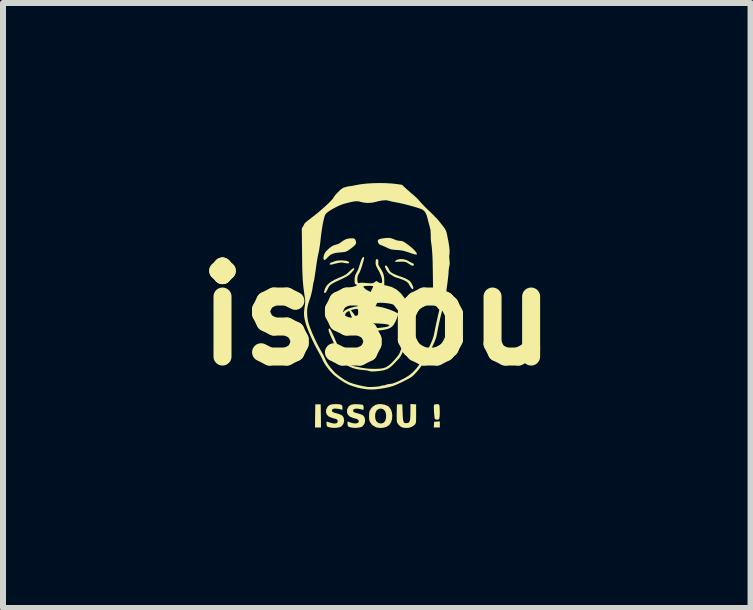
<source format=kicad_pcb>
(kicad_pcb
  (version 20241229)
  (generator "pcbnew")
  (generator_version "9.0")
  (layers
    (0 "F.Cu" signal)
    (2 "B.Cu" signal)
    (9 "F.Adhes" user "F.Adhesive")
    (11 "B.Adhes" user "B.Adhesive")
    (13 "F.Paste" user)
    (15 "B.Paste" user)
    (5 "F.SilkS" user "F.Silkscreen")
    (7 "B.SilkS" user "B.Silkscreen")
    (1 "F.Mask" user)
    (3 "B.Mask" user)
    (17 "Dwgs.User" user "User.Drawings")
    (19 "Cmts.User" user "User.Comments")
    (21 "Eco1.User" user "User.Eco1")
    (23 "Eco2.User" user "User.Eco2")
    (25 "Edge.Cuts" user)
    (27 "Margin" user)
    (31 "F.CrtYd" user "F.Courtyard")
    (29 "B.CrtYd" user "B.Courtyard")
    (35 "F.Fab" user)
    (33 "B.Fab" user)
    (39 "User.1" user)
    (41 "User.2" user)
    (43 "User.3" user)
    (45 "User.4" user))
  (footprint "issou"
    (layer "F.Cu")
    (at 3.229 2.213)
    (property "Reference" "issou" (at 0 0 0) (layer "F.SilkS") (effects (font (size 1.5 1.5) (thickness 0.3))))
    (attr board_only exclude_from_pos_files exclude_from_bom)
    (fp_poly (pts (xy -0.932 1.667) (xy -0.93 1.86) (xy -0.98 1.86) (xy -1.03 1.86) (xy -1.028 1.667) (xy -1.025 1.475) (xy -0.98 1.475) (xy -0.935 1.475)) (stroke (width 0) (type solid)) (fill yes) (layer "F.SilkS"))
    (fp_poly (pts (xy 1.05 1.809) (xy 1.05 1.86) (xy 0.999 1.86) (xy 0.949 1.86) (xy 0.952 1.812) (xy 0.955 1.765) (xy 1.002 1.762) (xy 1.05 1.759)) (stroke (width 0) (type solid)) (fill yes) (layer "F.SilkS"))
    (fp_poly (pts (xy -0.568 -0.923) (xy -0.528 -0.919) (xy -0.495 -0.912) (xy -0.471 -0.903) (xy -0.461 -0.891) (xy -0.466 -0.88) (xy -0.48 -0.874) (xy -0.505 -0.875) (xy -0.536 -0.881) (xy -0.562 -0.886) (xy -0.585 -0.888) (xy -0.609 -0.887) (xy -0.639 -0.882) (xy -0.679 -0.873) (xy -0.733 -0.86) (xy -0.755 -0.854) (xy -0.775 -0.853) (xy -0.783 -0.856) (xy -0.783 -0.868) (xy -0.773 -0.882) (xy -0.758 -0.89) (xy -0.756 -0.89) (xy -0.74 -0.894) (xy -0.719 -0.903) (xy -0.69 -0.914) (xy -0.652 -0.921) (xy -0.61 -0.924)) (stroke (width 0) (type solid)) (fill yes) (layer "F.SilkS"))
    (fp_poly (pts (xy 0.442 -0.944) (xy 0.498 -0.928) (xy 0.533 -0.91) (xy 0.563 -0.892) (xy 0.59 -0.879) (xy 0.599 -0.875) (xy 0.616 -0.864) (xy 0.618 -0.852) (xy 0.608 -0.836) (xy 0.587 -0.836) (xy 0.575 -0.842) (xy 0.554 -0.854) (xy 0.527 -0.872) (xy 0.517 -0.878) (xy 0.491 -0.893) (xy 0.465 -0.9) (xy 0.429 -0.903) (xy 0.412 -0.903) (xy 0.375 -0.902) (xy 0.343 -0.901) (xy 0.326 -0.899) (xy 0.308 -0.899) (xy 0.304 -0.907) (xy 0.314 -0.92) (xy 0.337 -0.934) (xy 0.338 -0.934) (xy 0.387 -0.946)) (stroke (width 0) (type solid)) (fill yes) (layer "F.SilkS"))
    (fp_poly (pts (xy 1.02 1.473) (xy 1.032 1.476) (xy 1.04 1.483) (xy 1.044 1.498) (xy 1.047 1.526) (xy 1.048 1.561) (xy 1.049 1.606) (xy 1.048 1.65) (xy 1.046 1.683) (xy 1.045 1.688) (xy 1.04 1.714) (xy 1.032 1.726) (xy 1.015 1.73) (xy 1.005 1.73) (xy 0.977 1.725) (xy 0.966 1.713) (xy 0.963 1.697) (xy 0.959 1.665) (xy 0.955 1.624) (xy 0.953 1.589) (xy 0.951 1.541) (xy 0.95 1.51) (xy 0.951 1.492) (xy 0.956 1.482) (xy 0.963 1.477) (xy 0.971 1.475) (xy 1.001 1.472)) (stroke (width 0) (type solid)) (fill yes) (layer "F.SilkS"))
    (fp_poly (pts (xy -0.382 -1.29) (xy -0.369 -1.282) (xy -0.359 -1.268) (xy -0.355 -1.26) (xy -0.345 -1.231) (xy -0.347 -1.205) (xy -0.364 -1.179) (xy -0.397 -1.148) (xy -0.418 -1.132) (xy -0.459 -1.102) (xy -0.49 -1.082) (xy -0.517 -1.07) (xy -0.545 -1.063) (xy -0.581 -1.059) (xy -0.618 -1.056) (xy -0.683 -1.049) (xy -0.733 -1.036) (xy -0.774 -1.015) (xy -0.81 -0.984) (xy -0.822 -0.97) (xy -0.849 -0.943) (xy -0.868 -0.931) (xy -0.881 -0.935) (xy -0.885 -0.941) (xy -0.89 -0.964) (xy -0.885 -0.998) (xy -0.873 -1.033) (xy -0.854 -1.065) (xy -0.847 -1.074) (xy -0.792 -1.127) (xy -0.744 -1.163) (xy -0.699 -1.182) (xy -0.686 -1.184) (xy -0.633 -1.202) (xy -0.593 -1.229) (xy -0.546 -1.261) (xy -0.504 -1.281) (xy -0.459 -1.29) (xy -0.44 -1.291) (xy -0.404 -1.292)) (stroke (width 0) (type solid)) (fill yes) (layer "F.SilkS"))
    (fp_poly (pts (xy -0.378 -0.792) (xy -0.375 -0.783) (xy -0.383 -0.767) (xy -0.403 -0.742) (xy -0.42 -0.723) (xy -0.446 -0.697) (xy -0.472 -0.675) (xy -0.502 -0.656) (xy -0.542 -0.635) (xy -0.595 -0.609) (xy -0.596 -0.609) (xy -0.66 -0.579) (xy -0.708 -0.556) (xy -0.743 -0.536) (xy -0.769 -0.518) (xy -0.788 -0.5) (xy -0.802 -0.48) (xy -0.814 -0.455) (xy -0.82 -0.444) (xy -0.838 -0.408) (xy -0.854 -0.386) (xy -0.864 -0.38) (xy -0.878 -0.386) (xy -0.88 -0.391) (xy -0.877 -0.406) (xy -0.869 -0.433) (xy -0.863 -0.453) (xy -0.843 -0.492) (xy -0.813 -0.528) (xy -0.77 -0.563) (xy -0.713 -0.597) (xy -0.638 -0.631) (xy -0.593 -0.65) (xy -0.544 -0.672) (xy -0.504 -0.697) (xy -0.464 -0.732) (xy -0.453 -0.743) (xy -0.42 -0.773) (xy -0.399 -0.79) (xy -0.385 -0.795)) (stroke (width 0) (type solid)) (fill yes) (layer "F.SilkS"))
    (fp_poly (pts (xy 0.247 -1.291) (xy 0.287 -1.276) (xy 0.288 -1.275) (xy 0.339 -1.256) (xy 0.383 -1.25) (xy 0.415 -1.247) (xy 0.445 -1.236) (xy 0.481 -1.213) (xy 0.539 -1.171) (xy 0.589 -1.13) (xy 0.629 -1.091) (xy 0.656 -1.058) (xy 0.669 -1.032) (xy 0.67 -1.025) (xy 0.661 -1.021) (xy 0.635 -1.024) (xy 0.593 -1.035) (xy 0.537 -1.055) (xy 0.53 -1.057) (xy 0.473 -1.076) (xy 0.424 -1.088) (xy 0.371 -1.095) (xy 0.335 -1.097) (xy 0.285 -1.101) (xy 0.247 -1.106) (xy 0.216 -1.115) (xy 0.183 -1.129) (xy 0.17 -1.135) (xy 0.132 -1.153) (xy 0.094 -1.169) (xy 0.068 -1.179) (xy 0.039 -1.194) (xy 0.022 -1.218) (xy 0.021 -1.222) (xy 0.015 -1.248) (xy 0.022 -1.266) (xy 0.044 -1.278) (xy 0.082 -1.288) (xy 0.096 -1.29) (xy 0.157 -1.298) (xy 0.206 -1.299)) (stroke (width 0) (type solid)) (fill yes) (layer "F.SilkS"))
    (fp_poly (pts (xy 0.608 1.472) (xy 0.655 1.475) (xy 0.655 1.632) (xy 0.655 1.691) (xy 0.654 1.734) (xy 0.653 1.763) (xy 0.649 1.783) (xy 0.644 1.797) (xy 0.637 1.808) (xy 0.63 1.816) (xy 0.586 1.848) (xy 0.532 1.866) (xy 0.471 1.868) (xy 0.423 1.859) (xy 0.392 1.842) (xy 0.361 1.813) (xy 0.34 1.78) (xy 0.335 1.767) (xy 0.333 1.749) (xy 0.332 1.716) (xy 0.331 1.671) (xy 0.332 1.62) (xy 0.332 1.61) (xy 0.335 1.475) (xy 0.38 1.475) (xy 0.425 1.475) (xy 0.43 1.616) (xy 0.433 1.68) (xy 0.437 1.726) (xy 0.443 1.757) (xy 0.452 1.776) (xy 0.466 1.786) (xy 0.485 1.789) (xy 0.499 1.788) (xy 0.521 1.784) (xy 0.537 1.774) (xy 0.548 1.756) (xy 0.555 1.727) (xy 0.558 1.684) (xy 0.56 1.625) (xy 0.56 1.602) (xy 0.56 1.469)) (stroke (width 0) (type solid)) (fill yes) (layer "F.SilkS"))
    (fp_poly (pts (xy 0.167 -0.831) (xy 0.186 -0.803) (xy 0.196 -0.785) (xy 0.213 -0.751) (xy 0.232 -0.729) (xy 0.26 -0.711) (xy 0.278 -0.701) (xy 0.32 -0.682) (xy 0.366 -0.664) (xy 0.39 -0.656) (xy 0.432 -0.642) (xy 0.477 -0.623) (xy 0.5 -0.612) (xy 0.536 -0.591) (xy 0.561 -0.568) (xy 0.582 -0.535) (xy 0.602 -0.492) (xy 0.609 -0.463) (xy 0.603 -0.447) (xy 0.601 -0.446) (xy 0.589 -0.448) (xy 0.578 -0.458) (xy 0.564 -0.477) (xy 0.547 -0.506) (xy 0.54 -0.518) (xy 0.526 -0.542) (xy 0.509 -0.56) (xy 0.484 -0.577) (xy 0.447 -0.595) (xy 0.407 -0.611) (xy 0.37 -0.625) (xy 0.342 -0.633) (xy 0.34 -0.634) (xy 0.308 -0.644) (xy 0.275 -0.66) (xy 0.27 -0.664) (xy 0.24 -0.683) (xy 0.211 -0.701) (xy 0.207 -0.704) (xy 0.19 -0.72) (xy 0.171 -0.746) (xy 0.153 -0.776) (xy 0.14 -0.804) (xy 0.135 -0.825) (xy 0.136 -0.831) (xy 0.149 -0.84)) (stroke (width 0) (type solid)) (fill yes) (layer "F.SilkS"))
    (fp_poly (pts (xy 0.084 1.472) (xy 0.139 1.483) (xy 0.187 1.506) (xy 0.204 1.518) (xy 0.233 1.557) (xy 0.251 1.606) (xy 0.258 1.662) (xy 0.254 1.719) (xy 0.238 1.771) (xy 0.212 1.814) (xy 0.202 1.823) (xy 0.159 1.85) (xy 0.106 1.865) (xy 0.049 1.868) (xy -0.006 1.859) (xy -0.025 1.851) (xy -0.076 1.819) (xy -0.11 1.776) (xy -0.119 1.757) (xy -0.127 1.724) (xy -0.13 1.681) (xy -0.129 1.679) (xy -0.029 1.679) (xy -0.023 1.721) (xy -0.009 1.755) (xy -0.004 1.761) (xy 0.03 1.787) (xy 0.068 1.795) (xy 0.105 1.785) (xy 0.123 1.773) (xy 0.143 1.742) (xy 0.154 1.701) (xy 0.155 1.654) (xy 0.147 1.61) (xy 0.134 1.582) (xy 0.106 1.556) (xy 0.073 1.545) (xy 0.037 1.549) (xy 0.006 1.568) (xy -0.015 1.597) (xy -0.026 1.635) (xy -0.029 1.679) (xy -0.129 1.679) (xy -0.128 1.635) (xy -0.123 1.596) (xy -0.119 1.583) (xy -0.096 1.544) (xy -0.061 1.508) (xy -0.023 1.484) (xy 0.027 1.471)) (stroke (width 0) (type solid)) (fill yes) (layer "F.SilkS"))
    (fp_poly (pts (xy -0.633 1.473) (xy -0.61 1.477) (xy -0.588 1.485) (xy -0.577 1.497) (xy -0.573 1.52) (xy -0.572 1.529) (xy -0.572 1.556) (xy -0.576 1.566) (xy -0.579 1.566) (xy -0.594 1.561) (xy -0.621 1.554) (xy -0.643 1.55) (xy -0.691 1.545) (xy -0.725 1.549) (xy -0.745 1.563) (xy -0.748 1.582) (xy -0.743 1.595) (xy -0.73 1.605) (xy -0.704 1.615) (xy -0.675 1.623) (xy -0.625 1.638) (xy -0.591 1.652) (xy -0.568 1.67) (xy -0.555 1.693) (xy -0.55 1.707) (xy -0.545 1.753) (xy -0.556 1.797) (xy -0.581 1.833) (xy -0.591 1.843) (xy -0.621 1.856) (xy -0.664 1.864) (xy -0.713 1.867) (xy -0.762 1.863) (xy -0.79 1.857) (xy -0.817 1.849) (xy -0.831 1.838) (xy -0.836 1.82) (xy -0.838 1.801) (xy -0.839 1.774) (xy -0.836 1.763) (xy -0.827 1.764) (xy -0.823 1.765) (xy -0.803 1.772) (xy -0.773 1.781) (xy -0.754 1.787) (xy -0.707 1.795) (xy -0.674 1.791) (xy -0.655 1.776) (xy -0.652 1.753) (xy -0.656 1.737) (xy -0.665 1.727) (xy -0.686 1.718) (xy -0.72 1.708) (xy -0.758 1.696) (xy -0.791 1.682) (xy -0.809 1.672) (xy -0.836 1.641) (xy -0.847 1.602) (xy -0.843 1.56) (xy -0.824 1.521) (xy -0.81 1.505) (xy -0.79 1.488) (xy -0.768 1.479) (xy -0.739 1.474) (xy -0.712 1.472) (xy -0.671 1.471)) (stroke (width 0) (type solid)) (fill yes) (layer "F.SilkS"))
    (fp_poly (pts (xy -0.319 1.473) (xy -0.281 1.476) (xy -0.25 1.48) (xy -0.232 1.484) (xy -0.231 1.485) (xy -0.224 1.498) (xy -0.22 1.523) (xy -0.22 1.532) (xy -0.221 1.557) (xy -0.226 1.567) (xy -0.237 1.565) (xy -0.237 1.565) (xy -0.275 1.554) (xy -0.317 1.547) (xy -0.354 1.547) (xy -0.366 1.549) (xy -0.388 1.559) (xy -0.395 1.578) (xy -0.395 1.58) (xy -0.393 1.594) (xy -0.384 1.603) (xy -0.364 1.612) (xy -0.329 1.622) (xy -0.325 1.623) (xy -0.275 1.638) (xy -0.241 1.652) (xy -0.219 1.67) (xy -0.205 1.693) (xy -0.2 1.707) (xy -0.195 1.753) (xy -0.206 1.797) (xy -0.231 1.833) (xy -0.241 1.843) (xy -0.271 1.856) (xy -0.314 1.864) (xy -0.363 1.867) (xy -0.412 1.863) (xy -0.44 1.857) (xy -0.467 1.849) (xy -0.481 1.838) (xy -0.486 1.82) (xy -0.488 1.801) (xy -0.489 1.774) (xy -0.486 1.763) (xy -0.477 1.764) (xy -0.473 1.765) (xy -0.42 1.784) (xy -0.373 1.793) (xy -0.336 1.792) (xy -0.311 1.781) (xy -0.3 1.76) (xy -0.3 1.756) (xy -0.304 1.74) (xy -0.317 1.728) (xy -0.342 1.716) (xy -0.383 1.704) (xy -0.402 1.699) (xy -0.449 1.68) (xy -0.481 1.649) (xy -0.497 1.61) (xy -0.495 1.565) (xy -0.485 1.537) (xy -0.463 1.504) (xy -0.43 1.483) (xy -0.386 1.473) (xy -0.326 1.472)) (stroke (width 0) (type solid)) (fill yes) (layer "F.SilkS"))
    (fp_poly (pts (xy 0.596 0.184) (xy 0.597 0.206) (xy 0.589 0.241) (xy 0.575 0.284) (xy 0.555 0.33) (xy 0.55 0.34) (xy 0.536 0.369) (xy 0.517 0.412) (xy 0.494 0.463) (xy 0.47 0.518) (xy 0.461 0.538) (xy 0.433 0.6) (xy 0.41 0.648) (xy 0.39 0.683) (xy 0.37 0.71) (xy 0.358 0.724) (xy 0.325 0.757) (xy 0.289 0.794) (xy 0.273 0.812) (xy 0.224 0.856) (xy 0.174 0.887) (xy 0.115 0.907) (xy 0.043 0.919) (xy 0.039 0.919) (xy -0.017 0.925) (xy -0.057 0.927) (xy -0.086 0.927) (xy -0.108 0.924) (xy -0.128 0.919) (xy -0.13 0.918) (xy -0.153 0.912) (xy -0.188 0.907) (xy -0.22 0.904) (xy -0.32 0.892) (xy -0.405 0.869) (xy -0.465 0.842) (xy -0.491 0.827) (xy -0.512 0.811) (xy -0.531 0.792) (xy -0.551 0.765) (xy -0.577 0.725) (xy -0.59 0.704) (xy -0.616 0.661) (xy -0.638 0.623) (xy -0.654 0.594) (xy -0.663 0.578) (xy -0.663 0.578) (xy -0.667 0.567) (xy -0.672 0.553) (xy -0.68 0.535) (xy -0.692 0.509) (xy -0.708 0.473) (xy -0.73 0.423) (xy -0.755 0.368) (xy -0.781 0.308) (xy -0.797 0.264) (xy -0.804 0.234) (xy -0.803 0.217) (xy -0.793 0.21) (xy -0.79 0.21) (xy -0.781 0.217) (xy -0.768 0.238) (xy -0.749 0.275) (xy -0.724 0.328) (xy -0.693 0.398) (xy -0.666 0.46) (xy -0.627 0.544) (xy -0.587 0.622) (xy -0.547 0.69) (xy -0.509 0.746) (xy -0.48 0.781) (xy -0.458 0.803) (xy -0.438 0.818) (xy -0.415 0.829) (xy -0.384 0.838) (xy -0.34 0.848) (xy -0.256 0.865) (xy -0.183 0.876) (xy -0.113 0.882) (xy -0.04 0.884) (xy -0.009 0.883) (xy 0.056 0.88) (xy 0.109 0.872) (xy 0.154 0.856) (xy 0.196 0.83) (xy 0.24 0.792) (xy 0.289 0.741) (xy 0.322 0.703) (xy 0.351 0.667) (xy 0.372 0.637) (xy 0.381 0.618) (xy 0.391 0.591) (xy 0.407 0.555) (xy 0.421 0.525) (xy 0.455 0.452) (xy 0.485 0.384) (xy 0.512 0.323) (xy 0.532 0.272) (xy 0.546 0.235) (xy 0.549 0.224) (xy 0.56 0.195) (xy 0.574 0.178) (xy 0.588 0.174)) (stroke (width 0) (type solid)) (fill yes) (layer "F.SilkS"))
    (fp_poly (pts (xy -0.147 -0.174) (xy -0.074 -0.168) (xy 0.002 -0.158) (xy 0.076 -0.144) (xy 0.119 -0.134) (xy 0.174 -0.117) (xy 0.226 -0.099) (xy 0.274 -0.08) (xy 0.314 -0.061) (xy 0.343 -0.045) (xy 0.357 -0.032) (xy 0.358 -0.028) (xy 0.352 -0.012) (xy 0.342 0.016) (xy 0.33 0.051) (xy 0.329 0.054) (xy 0.309 0.1) (xy 0.285 0.142) (xy 0.269 0.164) (xy 0.245 0.186) (xy 0.216 0.204) (xy 0.179 0.219) (xy 0.131 0.23) (xy 0.069 0.24) (xy -0.01 0.248) (xy -0.03 0.25) (xy -0.081 0.254) (xy -0.127 0.259) (xy -0.162 0.262) (xy -0.183 0.265) (xy -0.185 0.265) (xy -0.204 0.265) (xy -0.236 0.262) (xy -0.277 0.258) (xy -0.295 0.255) (xy -0.365 0.242) (xy -0.424 0.225) (xy -0.471 0.205) (xy -0.504 0.183) (xy -0.514 0.168) (xy -0.443 0.168) (xy -0.432 0.18) (xy -0.403 0.192) (xy -0.358 0.204) (xy -0.315 0.212) (xy -0.283 0.216) (xy -0.252 0.219) (xy -0.217 0.22) (xy -0.175 0.218) (xy -0.122 0.215) (xy -0.053 0.209) (xy -0.045 0.209) (xy 0.017 0.203) (xy 0.074 0.197) (xy 0.122 0.19) (xy 0.158 0.185) (xy 0.177 0.18) (xy 0.199 0.17) (xy 0.21 0.161) (xy 0.21 0.16) (xy 0.2 0.15) (xy 0.174 0.142) (xy 0.133 0.136) (xy 0.081 0.131) (xy 0.02 0.127) (xy -0.047 0.125) (xy -0.117 0.124) (xy -0.187 0.125) (xy -0.254 0.128) (xy -0.315 0.132) (xy -0.368 0.139) (xy -0.408 0.147) (xy -0.435 0.157) (xy -0.443 0.168) (xy -0.514 0.168) (xy -0.519 0.16) (xy -0.52 0.153) (xy -0.524 0.136) (xy -0.534 0.109) (xy -0.544 0.087) (xy -0.564 0.04) (xy -0.574 0.004) (xy -0.574 0.004) (xy -0.53 0.004) (xy -0.518 0.039) (xy -0.518 0.04) (xy -0.498 0.055) (xy -0.469 0.06) (xy -0.438 0.054) (xy -0.426 0.047) (xy -0.415 0.038) (xy -0.414 0.027) (xy -0.421 0.009) (xy -0.429 -0.008) (xy -0.442 -0.036) (xy -0.449 -0.059) (xy -0.45 -0.065) (xy -0.456 -0.078) (xy -0.474 -0.077) (xy -0.5 -0.062) (xy -0.504 -0.059) (xy -0.525 -0.031) (xy -0.53 0.004) (xy -0.574 0.004) (xy -0.575 -0.025) (xy -0.569 -0.048) (xy -0.549 -0.076) (xy -0.524 -0.094) (xy -0.429 -0.094) (xy -0.425 -0.085) (xy -0.411 -0.067) (xy -0.401 -0.055) (xy -0.383 -0.032) (xy -0.372 -0.014) (xy -0.37 -0.01) (xy -0.362 -0.001) (xy -0.345 -0.000381) (xy -0.327 -0.006) (xy -0.316 -0.016) (xy -0.311 -0.04) (xy -0.31 -0.069) (xy -0.313 -0.097) (xy -0.319 -0.114) (xy -0.321 -0.115) (xy -0.335 -0.116) (xy -0.36 -0.113) (xy -0.389 -0.107) (xy -0.415 -0.1) (xy -0.429 -0.094) (xy -0.524 -0.094) (xy -0.51 -0.103) (xy -0.452 -0.128) (xy -0.377 -0.149) (xy -0.285 -0.168) (xy -0.265 -0.171) (xy -0.213 -0.175)) (stroke (width 0) (type solid)) (fill yes) (layer "F.SilkS"))
    (fp_poly (pts (xy -0.213 -0.976) (xy -0.212 -0.963) (xy -0.217 -0.936) (xy -0.227 -0.899) (xy -0.239 -0.856) (xy -0.253 -0.812) (xy -0.268 -0.771) (xy -0.281 -0.736) (xy -0.292 -0.713) (xy -0.295 -0.709) (xy -0.311 -0.682) (xy -0.321 -0.649) (xy -0.325 -0.615) (xy -0.324 -0.583) (xy -0.318 -0.558) (xy -0.306 -0.545) (xy -0.292 -0.546) (xy -0.28 -0.55) (xy -0.263 -0.552) (xy -0.236 -0.552) (xy -0.198 -0.549) (xy -0.143 -0.545) (xy -0.136 -0.544) (xy -0.098 -0.542) (xy -0.072 -0.543) (xy -0.054 -0.55) (xy -0.038 -0.56) (xy -0.009 -0.581) (xy 0.026 -0.56) (xy 0.051 -0.547) (xy 0.071 -0.543) (xy 0.075 -0.544) (xy 0.087 -0.558) (xy 0.089 -0.586) (xy 0.083 -0.625) (xy 0.068 -0.672) (xy 0.047 -0.722) (xy 0.02 -0.773) (xy 0.02 -0.773) (xy -0.002 -0.813) (xy -0.015 -0.844) (xy -0.02 -0.874) (xy -0.02 -0.889) (xy -0.017 -0.926) (xy -0.008 -0.945) (xy 0.008 -0.945) (xy 0.016 -0.939) (xy 0.026 -0.922) (xy 0.025 -0.892) (xy 0.025 -0.89) (xy 0.024 -0.859) (xy 0.035 -0.831) (xy 0.042 -0.82) (xy 0.078 -0.764) (xy 0.102 -0.717) (xy 0.116 -0.673) (xy 0.123 -0.627) (xy 0.124 -0.593) (xy 0.125 -0.511) (xy 0.165 -0.504) (xy 0.251 -0.48) (xy 0.329 -0.438) (xy 0.398 -0.378) (xy 0.458 -0.302) (xy 0.492 -0.242) (xy 0.513 -0.198) (xy 0.526 -0.165) (xy 0.533 -0.135) (xy 0.535 -0.104) (xy 0.535 -0.095) (xy 0.532 -0.048) (xy 0.522 -0.019) (xy 0.503 -0.006) (xy 0.475 -0.009) (xy 0.434 -0.027) (xy 0.407 -0.043) (xy 0.362 -0.08) (xy 0.325 -0.125) (xy 0.304 -0.155) (xy 0.285 -0.178) (xy 0.273 -0.188) (xy 0.244 -0.198) (xy 0.202 -0.206) (xy 0.151 -0.213) (xy 0.099 -0.217) (xy 0.051 -0.218) (xy 0.029 -0.217) (xy -0.008 -0.214) (xy -0.032 -0.215) (xy -0.049 -0.222) (xy -0.068 -0.235) (xy -0.082 -0.248) (xy -0.105 -0.27) (xy -0.116 -0.288) (xy -0.119 -0.308) (xy -0.118 -0.331) (xy -0.11 -0.368) (xy -0.097 -0.41) (xy -0.087 -0.433) (xy -0.072 -0.463) (xy -0.063 -0.485) (xy -0.06 -0.493) (xy -0.069 -0.497) (xy -0.092 -0.499) (xy -0.124 -0.5) (xy -0.158 -0.499) (xy -0.189 -0.498) (xy -0.211 -0.495) (xy -0.215 -0.494) (xy -0.223 -0.488) (xy -0.22 -0.477) (xy -0.203 -0.458) (xy -0.202 -0.456) (xy -0.18 -0.426) (xy -0.167 -0.388) (xy -0.162 -0.365) (xy -0.158 -0.332) (xy -0.159 -0.307) (xy -0.168 -0.287) (xy -0.187 -0.27) (xy -0.218 -0.256) (xy -0.264 -0.241) (xy -0.327 -0.224) (xy -0.34 -0.221) (xy -0.378 -0.211) (xy -0.421 -0.198) (xy -0.435 -0.194) (xy -0.469 -0.184) (xy -0.499 -0.176) (xy -0.51 -0.173) (xy -0.535 -0.162) (xy -0.56 -0.144) (xy -0.562 -0.143) (xy -0.578 -0.124) (xy -0.588 -0.101) (xy -0.594 -0.066) (xy -0.596 -0.051) (xy -0.603 -0.002) (xy -0.614 0.029) (xy -0.627 0.04) (xy -0.629 0.04) (xy -0.641 0.035) (xy -0.662 0.024) (xy -0.662 0.024) (xy -0.682 0.011) (xy -0.69 -0.001) (xy -0.69 -0.001) (xy -0.694 -0.016) (xy -0.705 -0.041) (xy -0.715 -0.062) (xy -0.73 -0.094) (xy -0.737 -0.121) (xy -0.738 -0.15) (xy -0.731 -0.185) (xy -0.718 -0.232) (xy -0.714 -0.246) (xy -0.699 -0.289) (xy -0.685 -0.321) (xy -0.667 -0.346) (xy -0.641 -0.373) (xy -0.634 -0.38) (xy -0.599 -0.411) (xy -0.565 -0.434) (xy -0.528 -0.451) (xy -0.482 -0.465) (xy -0.422 -0.478) (xy -0.374 -0.49) (xy -0.343 -0.501) (xy -0.332 -0.512) (xy -0.34 -0.521) (xy -0.349 -0.525) (xy -0.361 -0.531) (xy -0.367 -0.543) (xy -0.37 -0.567) (xy -0.37 -0.596) (xy -0.368 -0.638) (xy -0.36 -0.673) (xy -0.344 -0.71) (xy -0.321 -0.75) (xy -0.314 -0.765) (xy -0.303 -0.795) (xy -0.29 -0.835) (xy -0.28 -0.868) (xy -0.261 -0.924) (xy -0.245 -0.96) (xy -0.23 -0.979) (xy -0.216 -0.979)) (stroke (width 0) (type solid)) (fill yes) (layer "F.SilkS"))
    (fp_poly (pts (xy 0.15 -2.211) (xy 0.253 -2.205) (xy 0.317 -2.198) (xy 0.419 -2.184) (xy 0.477 -2.13) (xy 0.515 -2.096) (xy 0.559 -2.057) (xy 0.601 -2.021) (xy 0.606 -2.017) (xy 0.644 -1.983) (xy 0.683 -1.946) (xy 0.713 -1.912) (xy 0.718 -1.906) (xy 0.741 -1.88) (xy 0.774 -1.845) (xy 0.814 -1.804) (xy 0.858 -1.761) (xy 0.881 -1.74) (xy 0.925 -1.697) (xy 0.968 -1.653) (xy 1.006 -1.614) (xy 1.034 -1.582) (xy 1.043 -1.57) (xy 1.071 -1.534) (xy 1.1 -1.497) (xy 1.119 -1.474) (xy 1.138 -1.447) (xy 1.153 -1.417) (xy 1.165 -1.378) (xy 1.172 -1.344) (xy 1.193 -1.241) (xy 1.206 -1.157) (xy 1.213 -1.09) (xy 1.212 -1.041) (xy 1.21 -1.023) (xy 1.207 -0.994) (xy 1.208 -0.955) (xy 1.211 -0.925) (xy 1.215 -0.872) (xy 1.21 -0.836) (xy 1.209 -0.833) (xy 1.204 -0.81) (xy 1.199 -0.774) (xy 1.195 -0.731) (xy 1.195 -0.715) (xy 1.192 -0.675) (xy 1.186 -0.624) (xy 1.179 -0.563) (xy 1.17 -0.496) (xy 1.16 -0.426) (xy 1.149 -0.357) (xy 1.138 -0.291) (xy 1.127 -0.231) (xy 1.117 -0.18) (xy 1.109 -0.142) (xy 1.102 -0.119) (xy 1.1 -0.115) (xy 1.094 -0.1) (xy 1.084 -0.07) (xy 1.073 -0.027) (xy 1.06 0.024) (xy 1.047 0.081) (xy 1.034 0.139) (xy 1.022 0.196) (xy 1.012 0.247) (xy 1.006 0.281) (xy 0.997 0.326) (xy 0.987 0.366) (xy 0.972 0.407) (xy 0.952 0.455) (xy 0.93 0.501) (xy 0.878 0.604) (xy 0.831 0.691) (xy 0.788 0.765) (xy 0.747 0.829) (xy 0.706 0.885) (xy 0.663 0.936) (xy 0.651 0.949) (xy 0.62 0.981) (xy 0.591 1.008) (xy 0.567 1.026) (xy 0.562 1.029) (xy 0.48 1.073) (xy 0.411 1.108) (xy 0.353 1.135) (xy 0.302 1.157) (xy 0.254 1.174) (xy 0.206 1.187) (xy 0.155 1.198) (xy 0.096 1.209) (xy 0.051 1.216) (xy -0.032 1.226) (xy -0.105 1.228) (xy -0.178 1.223) (xy -0.225 1.215) (xy -0.263 1.209) (xy -0.295 1.202) (xy -0.315 1.198) (xy -0.334 1.192) (xy -0.366 1.182) (xy -0.404 1.171) (xy -0.41 1.169) (xy -0.475 1.144) (xy -0.548 1.105) (xy -0.624 1.055) (xy -0.7 0.997) (xy -0.705 0.993) (xy -0.748 0.953) (xy -0.793 0.903) (xy -0.835 0.849) (xy -0.871 0.796) (xy -0.895 0.751) (xy -0.896 0.75) (xy -0.904 0.731) (xy -0.913 0.712) (xy -0.924 0.689) (xy -0.939 0.661) (xy -0.959 0.624) (xy -0.986 0.574) (xy -1.016 0.519) (xy -1.045 0.462) (xy -1.076 0.397) (xy -1.108 0.327) (xy -1.137 0.258) (xy -1.162 0.195) (xy -1.18 0.142) (xy -1.186 0.122) (xy -1.203 0.055) (xy -1.212 -0.001) (xy -1.213 -0.054) (xy -1.213 -0.061) (xy -1.161 -0.061) (xy -1.16 -0.01) (xy -1.154 0.044) (xy -1.146 0.09) (xy -1.145 0.093) (xy -1.129 0.151) (xy -1.104 0.22) (xy -1.072 0.298) (xy -1.036 0.379) (xy -0.998 0.458) (xy -0.959 0.532) (xy -0.932 0.58) (xy -0.908 0.622) (xy -0.885 0.666) (xy -0.869 0.7) (xy -0.854 0.735) (xy -0.838 0.766) (xy -0.83 0.781) (xy -0.803 0.822) (xy -0.768 0.868) (xy -0.73 0.912) (xy -0.694 0.95) (xy -0.67 0.972) (xy -0.609 1.018) (xy -0.554 1.056) (xy -0.501 1.087) (xy -0.448 1.112) (xy -0.389 1.132) (xy -0.321 1.151) (xy -0.24 1.169) (xy -0.16 1.184) (xy -0.135 1.186) (xy -0.098 1.186) (xy -0.055 1.184) (xy -0.011 1.181) (xy 0.026 1.177) (xy 0.053 1.172) (xy 0.061 1.17) (xy 0.085 1.162) (xy 0.105 1.16) (xy 0.134 1.156) (xy 0.153 1.149) (xy 0.176 1.141) (xy 0.208 1.136) (xy 0.22 1.135) (xy 0.257 1.13) (xy 0.304 1.114) (xy 0.363 1.089) (xy 0.436 1.052) (xy 0.483 1.027) (xy 0.544 0.988) (xy 0.601 0.94) (xy 0.656 0.881) (xy 0.71 0.81) (xy 0.765 0.725) (xy 0.821 0.624) (xy 0.88 0.504) (xy 0.882 0.501) (xy 0.911 0.437) (xy 0.932 0.383) (xy 0.948 0.332) (xy 0.96 0.276) (xy 0.961 0.271) (xy 0.971 0.218) (xy 0.985 0.154) (xy 0.999 0.087) (xy 1.011 0.032) (xy 1.042 -0.102) (xy 1.021 -0.121) (xy 1.006 -0.143) (xy 0.992 -0.174) (xy 0.99 -0.183) (xy 0.981 -0.215) (xy 0.969 -0.256) (xy 0.958 -0.295) (xy 0.952 -0.316) (xy 0.948 -0.338) (xy 0.944 -0.362) (xy 0.941 -0.392) (xy 0.939 -0.431) (xy 0.937 -0.48) (xy 0.936 -0.541) (xy 0.935 -0.619) (xy 0.934 -0.695) (xy 0.932 -0.812) (xy 0.93 -0.912) (xy 0.927 -0.997) (xy 0.922 -1.07) (xy 0.917 -1.133) (xy 0.91 -1.191) (xy 0.903 -1.24) (xy 0.9 -1.268) (xy 0.899 -1.307) (xy 0.899 -1.349) (xy 0.899 -1.35) (xy 0.895 -1.429) (xy 0.879 -1.495) (xy 0.867 -1.539) (xy 0.855 -1.583) (xy 0.848 -1.614) (xy 0.83 -1.678) (xy 0.804 -1.73) (xy 0.771 -1.764) (xy 0.767 -1.767) (xy 0.746 -1.777) (xy 0.708 -1.791) (xy 0.658 -1.807) (xy 0.6 -1.824) (xy 0.538 -1.841) (xy 0.474 -1.858) (xy 0.414 -1.872) (xy 0.36 -1.884) (xy 0.326 -1.89) (xy 0.282 -1.898) (xy 0.24 -1.907) (xy 0.208 -1.916) (xy 0.206 -1.917) (xy 0.157 -1.926) (xy 0.095 -1.923) (xy 0.024 -1.91) (xy -0.014 -1.899) (xy -0.081 -1.885) (xy -0.153 -1.881) (xy -0.223 -1.888) (xy -0.254 -1.895) (xy -0.284 -1.903) (xy -0.311 -1.908) (xy -0.339 -1.91) (xy -0.372 -1.907) (xy -0.413 -1.9) (xy -0.465 -1.888) (xy -0.525 -1.873) (xy -0.574 -1.858) (xy -0.629 -1.836) (xy -0.685 -1.809) (xy -0.739 -1.78) (xy -0.788 -1.75) (xy -0.826 -1.722) (xy -0.852 -1.698) (xy -0.857 -1.689) (xy -0.872 -1.65) (xy -0.887 -1.593) (xy -0.902 -1.521) (xy -0.916 -1.437) (xy -0.929 -1.341) (xy -0.94 -1.245) (xy -0.947 -1.188) (xy -0.956 -1.129) (xy -0.965 -1.075) (xy -0.972 -1.045) (xy -0.981 -1.004) (xy -0.991 -0.95) (xy -1.001 -0.889) (xy -1.01 -0.829) (xy -1.01 -0.825) (xy -1.023 -0.735) (xy -1.034 -0.663) (xy -1.042 -0.609) (xy -1.049 -0.575) (xy -1.054 -0.562) (xy -1.057 -0.549) (xy -1.062 -0.521) (xy -1.068 -0.483) (xy -1.07 -0.469) (xy -1.078 -0.422) (xy -1.091 -0.364) (xy -1.108 -0.303) (xy -1.121 -0.266) (xy -1.139 -0.211) (xy -1.15 -0.169) (xy -1.157 -0.133) (xy -1.161 -0.097) (xy -1.161 -0.061) (xy -1.213 -0.061) (xy -1.208 -0.11) (xy -1.204 -0.139) (xy -1.197 -0.184) (xy -1.194 -0.227) (xy -1.193 -0.259) (xy -1.194 -0.269) (xy -1.206 -0.349) (xy -1.216 -0.42) (xy -1.224 -0.484) (xy -1.23 -0.545) (xy -1.235 -0.608) (xy -1.238 -0.674) (xy -1.241 -0.747) (xy -1.243 -0.832) (xy -1.244 -0.93) (xy -1.245 -1.005) (xy -1.246 -1.093) (xy -1.247 -1.175) (xy -1.248 -1.25) (xy -1.248 -1.315) (xy -1.249 -1.368) (xy -1.25 -1.406) (xy -1.25 -1.426) (xy -1.251 -1.428) (xy -1.248 -1.456) (xy -1.238 -1.478) (xy -1.223 -1.5) (xy -1.213 -1.522) (xy -1.207 -1.533) (xy -1.198 -1.545) (xy -1.185 -1.558) (xy -1.164 -1.576) (xy -1.132 -1.601) (xy -1.088 -1.635) (xy -1.075 -1.645) (xy -1.024 -1.684) (xy -0.971 -1.728) (xy -0.917 -1.774) (xy -0.865 -1.821) (xy -0.817 -1.864) (xy -0.777 -1.904) (xy -0.746 -1.936) (xy -0.728 -1.959) (xy -0.725 -1.965) (xy -0.712 -1.986) (xy -0.689 -2.015) (xy -0.66 -2.048) (xy -0.647 -2.061) (xy -0.612 -2.096) (xy -0.584 -2.119) (xy -0.556 -2.134) (xy -0.527 -2.144) (xy -0.493 -2.153) (xy -0.464 -2.159) (xy -0.452 -2.16) (xy -0.432 -2.162) (xy -0.399 -2.168) (xy -0.366 -2.175) (xy -0.281 -2.191) (xy -0.181 -2.203) (xy -0.073 -2.21) (xy 0.039 -2.213)) (stroke (width 0) (type solid)) (fill yes) (layer "F.SilkS")))
  (gr_rect
    (start -3 -3)
    (end 9.457 7.081)
    (stroke (width 0.1) (type default))
    (fill no)
    (layer "Edge.Cuts")))
</source>
